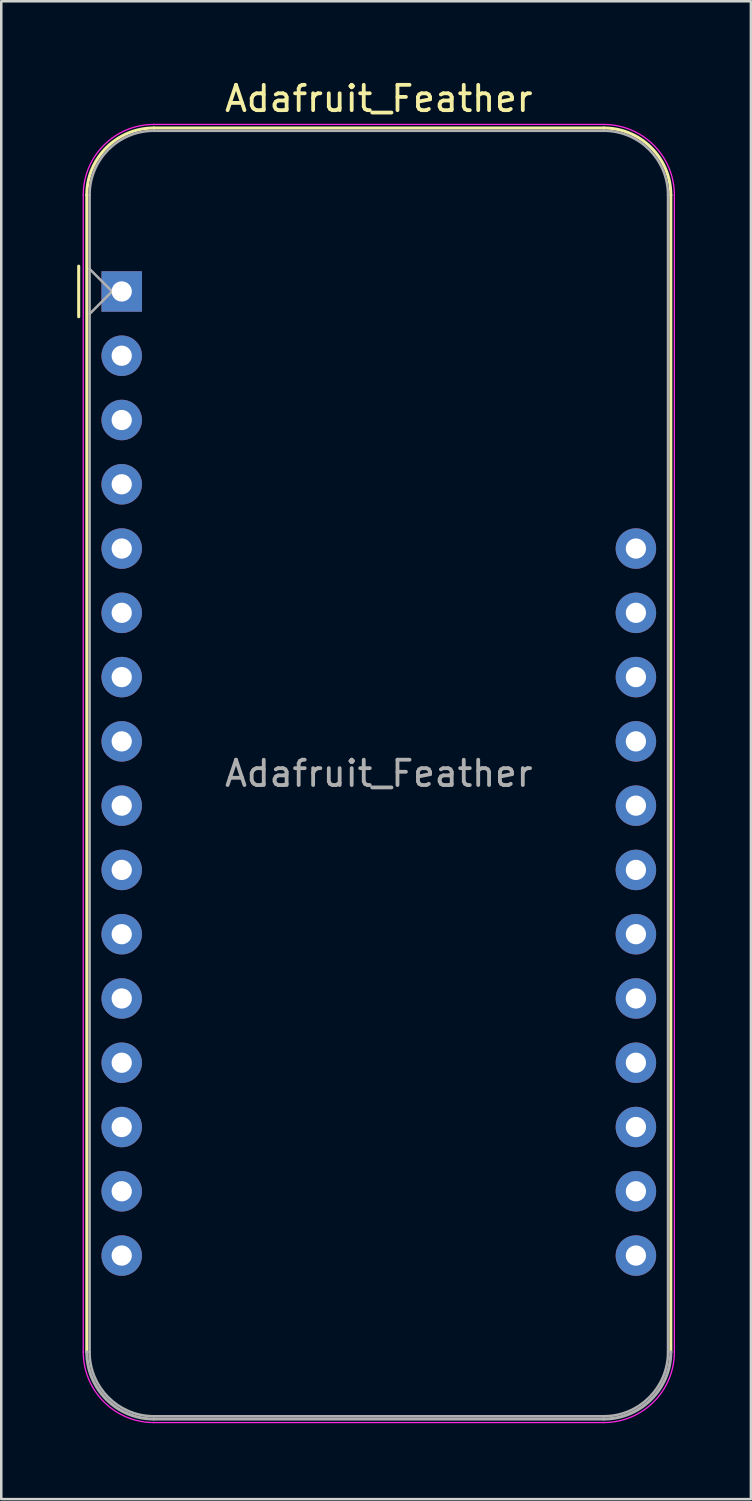
<source format=kicad_pcb>
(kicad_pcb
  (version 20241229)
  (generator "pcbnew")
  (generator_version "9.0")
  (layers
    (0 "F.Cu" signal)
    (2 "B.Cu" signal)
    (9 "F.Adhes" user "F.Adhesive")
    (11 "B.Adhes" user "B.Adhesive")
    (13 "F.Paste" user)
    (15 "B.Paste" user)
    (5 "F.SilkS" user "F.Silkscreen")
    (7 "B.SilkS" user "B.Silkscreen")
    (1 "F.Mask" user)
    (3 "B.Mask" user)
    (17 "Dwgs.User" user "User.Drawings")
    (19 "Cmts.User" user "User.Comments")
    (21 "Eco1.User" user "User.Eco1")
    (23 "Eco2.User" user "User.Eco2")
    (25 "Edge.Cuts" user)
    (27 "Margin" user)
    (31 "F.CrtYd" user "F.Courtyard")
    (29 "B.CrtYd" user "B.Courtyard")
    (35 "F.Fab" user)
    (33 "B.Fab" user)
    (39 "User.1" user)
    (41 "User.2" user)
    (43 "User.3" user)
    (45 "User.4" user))
  (footprint "Adafruit_Feather"
    (layer "F.Cu")
    (at 1.76 8.468)
    (property "Reference" "Adafruit_Feather" (at 10.16 -7.62 0) (layer "F.SilkS") (effects (font (size 1 1) (thickness 0.15))))
    (attr through_hole)
    (fp_line (start -1.7 1) (end -1.7 -1) (stroke (width 0.12) (type solid)) (layer "F.SilkS"))
    (fp_line (start -1.38 -3.81) (end -1.38 41.91) (stroke (width 0.12) (type solid)) (layer "F.SilkS"))
    (fp_line (start 19.05 -6.46) (end 1.27 -6.46) (stroke (width 0.12) (type solid)) (layer "F.SilkS"))
    (fp_line (start 21.7 -3.81) (end 21.7 41.91) (stroke (width 0.12) (type solid)) (layer "F.SilkS"))
    (fp_arc (start -1.38 -3.81) (mid -0.603833 -5.683833) (end 1.27 -6.46) (stroke (width 0.12) (type solid)) (layer "F.SilkS"))
    (fp_arc (start 19.05 -6.46) (mid 20.923833 -5.683833) (end 21.7 -3.81) (stroke (width 0.12) (type solid)) (layer "F.SilkS"))
    (fp_line (start -1.52 41.91) (end -1.52 -3.81) (stroke (width 0.05) (type solid)) (layer "F.CrtYd"))
    (fp_line (start 19.05 -6.6) (end 1.27 -6.6) (stroke (width 0.05) (type solid)) (layer "F.CrtYd"))
    (fp_line (start 19.05 44.7) (end 1.27 44.7) (stroke (width 0.05) (type solid)) (layer "F.CrtYd"))
    (fp_line (start 21.84 41.91) (end 21.84 -3.81) (stroke (width 0.05) (type solid)) (layer "F.CrtYd"))
    (fp_arc (start -1.52 -3.81) (mid -0.702828 -5.782828) (end 1.27 -6.6) (stroke (width 0.05) (type solid)) (layer "F.CrtYd"))
    (fp_arc (start 1.27 44.7) (mid -0.702828 43.882828) (end -1.52 41.91) (stroke (width 0.05) (type solid)) (layer "F.CrtYd"))
    (fp_arc (start 19.05 -6.6) (mid 21.022828 -5.782828) (end 21.84 -3.81) (stroke (width 0.05) (type solid)) (layer "F.CrtYd"))
    (fp_arc (start 21.84 41.91) (mid 21.022828 43.882828) (end 19.05 44.7) (stroke (width 0.05) (type solid)) (layer "F.CrtYd"))
    (fp_line (start -1.27 -3.81) (end -1.27 41.91) (stroke (width 0.1) (type solid)) (layer "F.Fab"))
    (fp_line (start -1.27 -0.889) (end -0.381 0) (stroke (width 0.1) (type solid)) (layer "F.Fab"))
    (fp_line (start -0.381 0) (end -1.27 0.889) (stroke (width 0.1) (type solid)) (layer "F.Fab"))
    (fp_line (start 1.27 44.45) (end 19.05 44.45) (stroke (width 0.1) (type solid)) (layer "F.Fab"))
    (fp_line (start 19.05 -6.35) (end 1.27 -6.35) (stroke (width 0.1) (type solid)) (layer "F.Fab"))
    (fp_line (start 19.05 44.56) (end 1.27 44.56) (stroke (width 0.12) (type solid)) (layer "F.Fab"))
    (fp_line (start 21.59 41.91) (end 21.59 -3.81) (stroke (width 0.1) (type solid)) (layer "F.Fab"))
    (fp_arc (start -1.27 -3.81) (mid -0.526051 -5.606051) (end 1.27 -6.35) (stroke (width 0.1) (type solid)) (layer "F.Fab"))
    (fp_arc (start 1.221238 44.449532) (mid -0.543209 43.688728) (end -1.27 41.91) (stroke (width 0.1) (type solid)) (layer "F.Fab"))
    (fp_arc (start 1.27 44.56) (mid -0.603833 43.783833) (end -1.38 41.91) (stroke (width 0.12) (type solid)) (layer "F.Fab"))
    (fp_arc (start 19.05 -6.35) (mid 20.846051 -5.606051) (end 21.59 -3.81) (stroke (width 0.1) (type solid)) (layer "F.Fab"))
    (fp_arc (start 21.59 41.91) (mid 20.846051 43.706051) (end 19.05 44.45) (stroke (width 0.1) (type solid)) (layer "F.Fab"))
    (fp_arc (start 21.7 41.91) (mid 20.923833 43.783833) (end 19.05 44.56) (stroke (width 0.12) (type solid)) (layer "F.Fab"))
    (fp_text user "${REFERENCE}" (at 10.16 19.05 180) (layer "F.Fab") (effects (font (size 1 1) (thickness 0.15))))
    (pad "1" thru_hole rect (at 0 0 180) (size 1.6 1.6) (drill 0.8) (layers "*.Cu" "*.Mask"))
    (pad "2" thru_hole circle (at 0 2.54 180) (size 1.6 1.6) (drill 0.8) (layers "*.Cu" "*.Mask"))
    (pad "3" thru_hole circle (at 0 5.08 180) (size 1.6 1.6) (drill 0.8) (layers "*.Cu" "*.Mask"))
    (pad "4" thru_hole circle (at 0 7.62 180) (size 1.6 1.6) (drill 0.8) (layers "*.Cu" "*.Mask"))
    (pad "5" thru_hole circle (at 0 10.16 180) (size 1.6 1.6) (drill 0.8) (layers "*.Cu" "*.Mask"))
    (pad "6" thru_hole circle (at 0 12.7 180) (size 1.6 1.6) (drill 0.8) (layers "*.Cu" "*.Mask"))
    (pad "7" thru_hole circle (at 0 15.24 180) (size 1.6 1.6) (drill 0.8) (layers "*.Cu" "*.Mask"))
    (pad "8" thru_hole circle (at 0 17.78 180) (size 1.6 1.6) (drill 0.8) (layers "*.Cu" "*.Mask"))
    (pad "9" thru_hole circle (at 0 20.32 180) (size 1.6 1.6) (drill 0.8) (layers "*.Cu" "*.Mask"))
    (pad "10" thru_hole circle (at 0 22.86 180) (size 1.6 1.6) (drill 0.8) (layers "*.Cu" "*.Mask"))
    (pad "11" thru_hole circle (at 0 25.4 180) (size 1.6 1.6) (drill 0.8) (layers "*.Cu" "*.Mask"))
    (pad "12" thru_hole circle (at 0 27.94 180) (size 1.6 1.6) (drill 0.8) (layers "*.Cu" "*.Mask"))
    (pad "13" thru_hole circle (at 0 30.48 180) (size 1.6 1.6) (drill 0.8) (layers "*.Cu" "*.Mask"))
    (pad "14" thru_hole circle (at 0 33.02 180) (size 1.6 1.6) (drill 0.8) (layers "*.Cu" "*.Mask"))
    (pad "15" thru_hole circle (at 0 35.56 180) (size 1.6 1.6) (drill 0.8) (layers "*.Cu" "*.Mask"))
    (pad "16" thru_hole circle (at 0 38.1 180) (size 1.6 1.6) (drill 0.8) (layers "*.Cu" "*.Mask"))
    (pad "17" thru_hole circle (at 20.32 38.1 180) (size 1.6 1.6) (drill 0.8) (layers "*.Cu" "*.Mask"))
    (pad "18" thru_hole circle (at 20.32 35.56 180) (size 1.6 1.6) (drill 0.8) (layers "*.Cu" "*.Mask"))
    (pad "19" thru_hole circle (at 20.32 33.02 180) (size 1.6 1.6) (drill 0.8) (layers "*.Cu" "*.Mask"))
    (pad "20" thru_hole circle (at 20.32 30.48 180) (size 1.6 1.6) (drill 0.8) (layers "*.Cu" "*.Mask"))
    (pad "21" thru_hole circle (at 20.32 27.94 180) (size 1.6 1.6) (drill 0.8) (layers "*.Cu" "*.Mask"))
    (pad "22" thru_hole circle (at 20.32 25.4 180) (size 1.6 1.6) (drill 0.8) (layers "*.Cu" "*.Mask"))
    (pad "23" thru_hole circle (at 20.32 22.86 180) (size 1.6 1.6) (drill 0.8) (layers "*.Cu" "*.Mask"))
    (pad "24" thru_hole circle (at 20.32 20.32 180) (size 1.6 1.6) (drill 0.8) (layers "*.Cu" "*.Mask"))
    (pad "25" thru_hole circle (at 20.32 17.78 180) (size 1.6 1.6) (drill 0.8) (layers "*.Cu" "*.Mask"))
    (pad "26" thru_hole circle (at 20.32 15.24 180) (size 1.6 1.6) (drill 0.8) (layers "*.Cu" "*.Mask"))
    (pad "27" thru_hole circle (at 20.32 12.7 180) (size 1.6 1.6) (drill 0.8) (layers "*.Cu" "*.Mask"))
    (pad "28" thru_hole circle (at 20.32 10.16 180) (size 1.6 1.6) (drill 0.8) (layers "*.Cu" "*.Mask")))
  (gr_rect
    (start -3 -3)
    (end 26.625 56.193)
    (stroke (width 0.1) (type default))
    (fill no)
    (layer "Edge.Cuts")))
</source>
